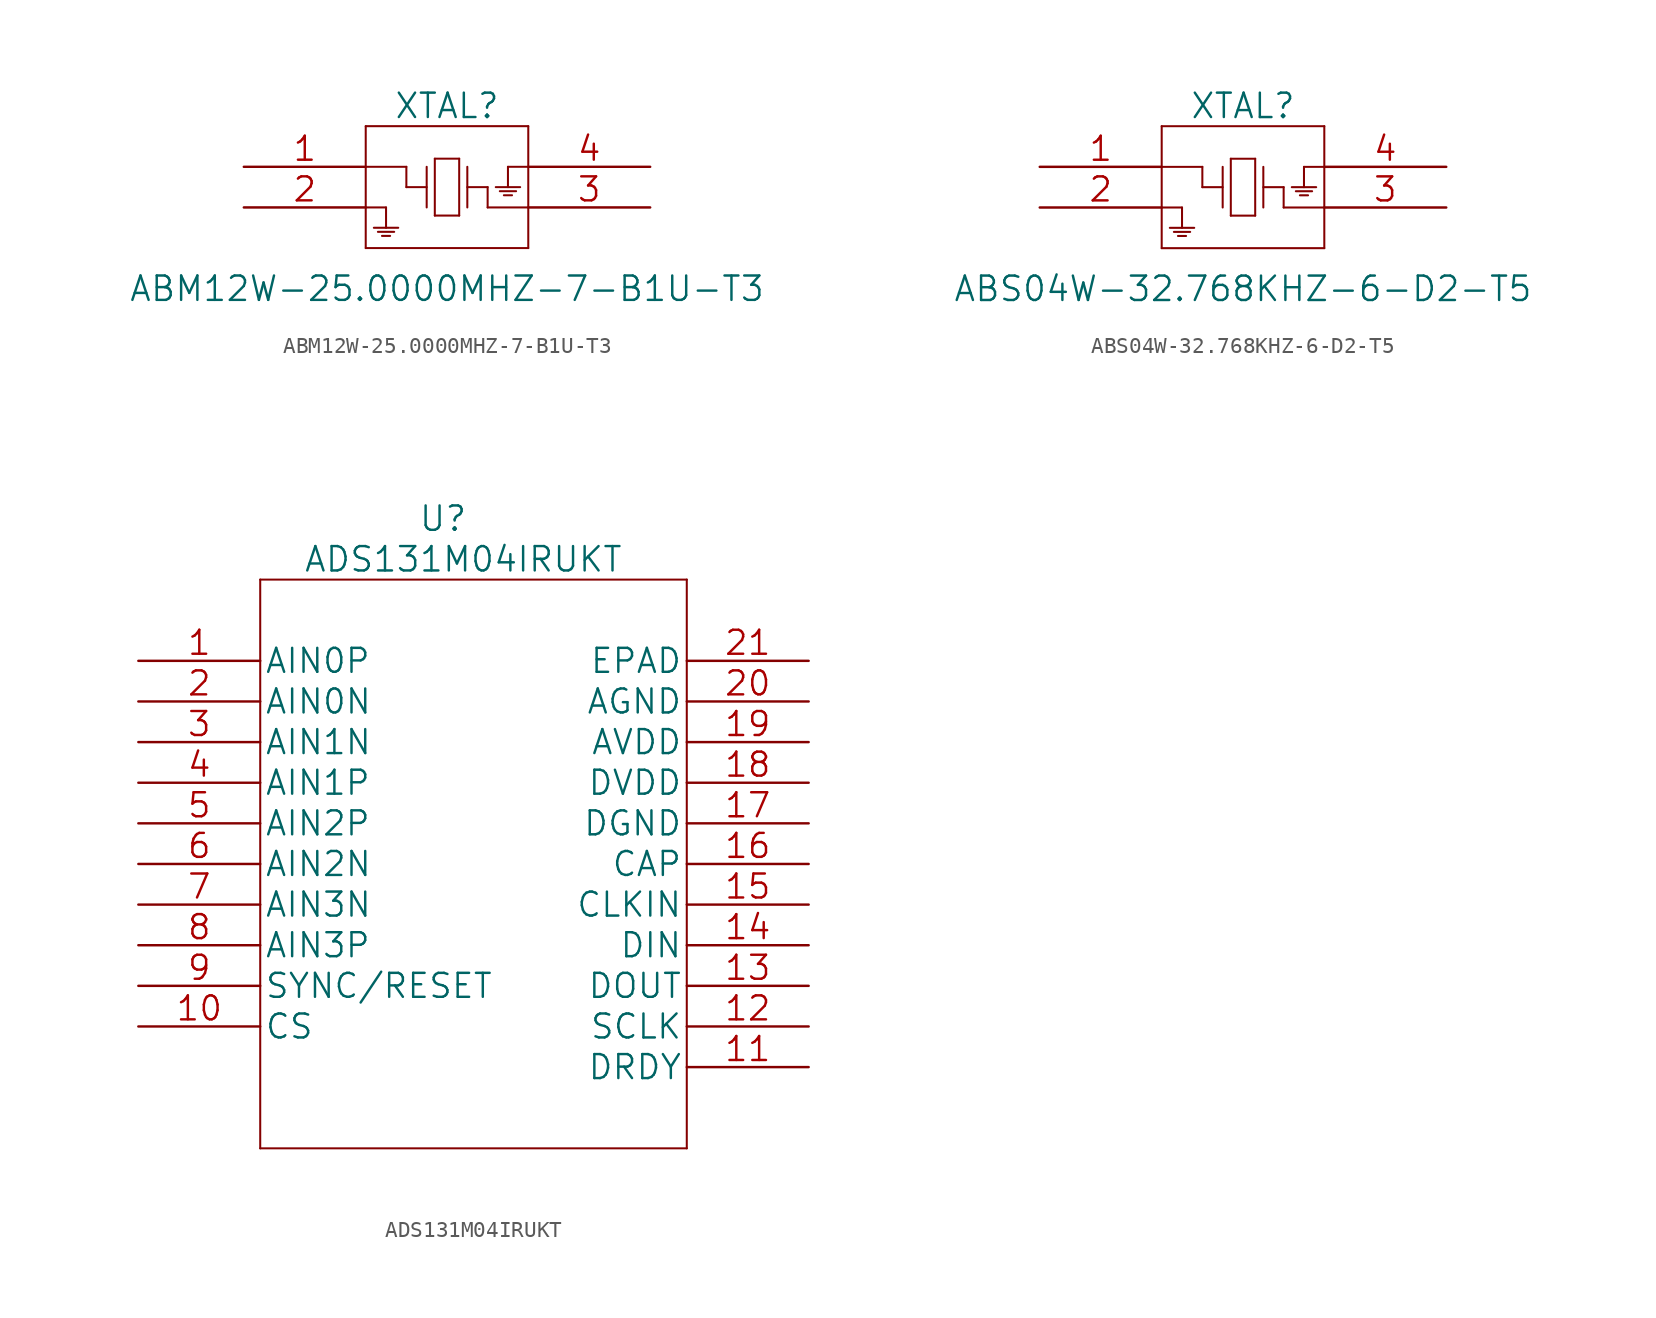
<source format=kicad_sym>
(kicad_symbol_lib
  (version 20211014)
  (generator kicad_symbol_editor)
  (symbol "ABM12W-25.0000MHZ-7-B1U-T3"
    (pin_names
      (offset 0.254) hide)
    (property "Reference" "XTAL"
      (at 12.7 3.81 0)
      (effects (font (size 1.524 1.524))))
    (property "Value" "ABM12W-25.0000MHZ-7-B1U-T3"
      (at 12.7 -7.62 0)
      (effects (font (size 1.524 1.524))))
    (property "Datasheet" ""
      (at 0 0 0)
      (effects (font (size 1.524 1.524))))
    (symbol "ABM12W-25.0000MHZ-7-B1U-T3_1_1"
      (polyline (pts (xy 7.62 -5.08) (xy 17.78 -5.08)) (stroke (width 0.127) (type default) (color 0 0 0 0)) (fill (type none)))
      (polyline (pts (xy 7.62 -2.54) (xy 8.89 -2.54)) (stroke (width 0.127) (type default) (color 0 0 0 0)) (fill (type none)))
      (polyline (pts (xy 7.62 0) (xy 10.16 0)) (stroke (width 0.127) (type default) (color 0 0 0 0)) (fill (type none)))
      (polyline (pts (xy 7.62 2.54) (xy 7.62 -5.08)) (stroke (width 0.127) (type default) (color 0 0 0 0)) (fill (type none)))
      (polyline (pts (xy 8.128 -3.81) (xy 9.652 -3.81)) (stroke (width 0.127) (type default) (color 0 0 0 0)) (fill (type none)))
      (polyline (pts (xy 8.382 -4.064) (xy 9.398 -4.064)) (stroke (width 0.127) (type default) (color 0 0 0 0)) (fill (type none)))
      (polyline (pts (xy 8.636 -4.318) (xy 9.144 -4.318)) (stroke (width 0.127) (type default) (color 0 0 0 0)) (fill (type none)))
      (polyline (pts (xy 8.89 -2.54) (xy 8.89 -3.81)) (stroke (width 0.127) (type default) (color 0 0 0 0)) (fill (type none)))
      (polyline (pts (xy 10.16 -1.27) (xy 11.43 -1.27)) (stroke (width 0.127) (type default) (color 0 0 0 0)) (fill (type none)))
      (polyline (pts (xy 10.16 0) (xy 10.16 -1.27)) (stroke (width 0.127) (type default) (color 0 0 0 0)) (fill (type none)))
      (polyline (pts (xy 11.43 0) (xy 11.43 -2.54)) (stroke (width 0.127) (type default) (color 0 0 0 0)) (fill (type none)))
      (polyline (pts (xy 11.938 -3.048) (xy 13.462 -3.048)) (stroke (width 0.127) (type default) (color 0 0 0 0)) (fill (type none)))
      (polyline (pts (xy 11.938 0.508) (xy 11.938 -3.048)) (stroke (width 0.127) (type default) (color 0 0 0 0)) (fill (type none)))
      (polyline (pts (xy 13.462 -3.048) (xy 13.462 0.508)) (stroke (width 0.127) (type default) (color 0 0 0 0)) (fill (type none)))
      (polyline (pts (xy 13.462 0.508) (xy 11.938 0.508)) (stroke (width 0.127) (type default) (color 0 0 0 0)) (fill (type none)))
      (polyline (pts (xy 13.97 -1.27) (xy 15.24 -1.27)) (stroke (width 0.127) (type default) (color 0 0 0 0)) (fill (type none)))
      (polyline (pts (xy 13.97 0) (xy 13.97 -2.54)) (stroke (width 0.127) (type default) (color 0 0 0 0)) (fill (type none)))
      (polyline (pts (xy 15.24 -2.54) (xy 17.78 -2.54)) (stroke (width 0.127) (type default) (color 0 0 0 0)) (fill (type none)))
      (polyline (pts (xy 15.24 -1.27) (xy 15.24 -2.54)) (stroke (width 0.127) (type default) (color 0 0 0 0)) (fill (type none)))
      (polyline (pts (xy 16.51 0) (xy 16.51 -1.27)) (stroke (width 0.127) (type default) (color 0 0 0 0)) (fill (type none)))
      (polyline (pts (xy 16.764 -1.778) (xy 16.256 -1.778)) (stroke (width 0.127) (type default) (color 0 0 0 0)) (fill (type none)))
      (polyline (pts (xy 17.018 -1.524) (xy 16.002 -1.524)) (stroke (width 0.127) (type default) (color 0 0 0 0)) (fill (type none)))
      (polyline (pts (xy 17.272 -1.27) (xy 15.748 -1.27)) (stroke (width 0.127) (type default) (color 0 0 0 0)) (fill (type none)))
      (polyline (pts (xy 17.78 -5.08) (xy 17.78 2.54)) (stroke (width 0.127) (type default) (color 0 0 0 0)) (fill (type none)))
      (polyline (pts (xy 17.78 0) (xy 16.51 0)) (stroke (width 0.127) (type default) (color 0 0 0 0)) (fill (type none)))
      (polyline (pts (xy 17.78 2.54) (xy 7.62 2.54)) (stroke (width 0.127) (type default) (color 0 0 0 0)) (fill (type none)))
      (pin unspecified line (at 0 0 0) (length 7.62) (name "1" (effects (font (size 1.499 1.499)))) (number "1" (effects (font (size 1.499 1.499)))))
      (pin unspecified line (at 0 -2.54 0) (length 7.62) (name "2" (effects (font (size 1.499 1.499)))) (number "2" (effects (font (size 1.499 1.499)))))
      (pin unspecified line (at 25.4 -2.54 180) (length 7.62) (name "3" (effects (font (size 1.499 1.499)))) (number "3" (effects (font (size 1.499 1.499)))))
      (pin unspecified line (at 25.4 0 180) (length 7.62) (name "4" (effects (font (size 1.499 1.499)))) (number "4" (effects (font (size 1.499 1.499)))))))
  (symbol "ABS04W-32.768KHZ-6-D2-T5"
    (pin_names
      (offset 0.254) hide)
    (property "Reference" "XTAL"
      (at 12.7 3.81 0)
      (effects (font (size 1.524 1.524))))
    (property "Value" "ABS04W-32.768KHZ-6-D2-T5"
      (at 12.7 -7.62 0)
      (effects (font (size 1.524 1.524))))
    (property "Datasheet" ""
      (at 0 0 0)
      (effects (font (size 1.524 1.524))))
    (symbol "ABS04W-32.768KHZ-6-D2-T5_1_1"
      (polyline (pts (xy 7.62 -5.08) (xy 17.78 -5.08)) (stroke (width 0.127) (type default) (color 0 0 0 0)) (fill (type none)))
      (polyline (pts (xy 7.62 -2.54) (xy 8.89 -2.54)) (stroke (width 0.127) (type default) (color 0 0 0 0)) (fill (type none)))
      (polyline (pts (xy 7.62 0) (xy 10.16 0)) (stroke (width 0.127) (type default) (color 0 0 0 0)) (fill (type none)))
      (polyline (pts (xy 7.62 2.54) (xy 7.62 -5.08)) (stroke (width 0.127) (type default) (color 0 0 0 0)) (fill (type none)))
      (polyline (pts (xy 8.128 -3.81) (xy 9.652 -3.81)) (stroke (width 0.127) (type default) (color 0 0 0 0)) (fill (type none)))
      (polyline (pts (xy 8.382 -4.064) (xy 9.398 -4.064)) (stroke (width 0.127) (type default) (color 0 0 0 0)) (fill (type none)))
      (polyline (pts (xy 8.636 -4.318) (xy 9.144 -4.318)) (stroke (width 0.127) (type default) (color 0 0 0 0)) (fill (type none)))
      (polyline (pts (xy 8.89 -2.54) (xy 8.89 -3.81)) (stroke (width 0.127) (type default) (color 0 0 0 0)) (fill (type none)))
      (polyline (pts (xy 10.16 -1.27) (xy 11.43 -1.27)) (stroke (width 0.127) (type default) (color 0 0 0 0)) (fill (type none)))
      (polyline (pts (xy 10.16 0) (xy 10.16 -1.27)) (stroke (width 0.127) (type default) (color 0 0 0 0)) (fill (type none)))
      (polyline (pts (xy 11.43 0) (xy 11.43 -2.54)) (stroke (width 0.127) (type default) (color 0 0 0 0)) (fill (type none)))
      (polyline (pts (xy 11.938 -3.048) (xy 13.462 -3.048)) (stroke (width 0.127) (type default) (color 0 0 0 0)) (fill (type none)))
      (polyline (pts (xy 11.938 0.508) (xy 11.938 -3.048)) (stroke (width 0.127) (type default) (color 0 0 0 0)) (fill (type none)))
      (polyline (pts (xy 13.462 -3.048) (xy 13.462 0.508)) (stroke (width 0.127) (type default) (color 0 0 0 0)) (fill (type none)))
      (polyline (pts (xy 13.462 0.508) (xy 11.938 0.508)) (stroke (width 0.127) (type default) (color 0 0 0 0)) (fill (type none)))
      (polyline (pts (xy 13.97 -1.27) (xy 15.24 -1.27)) (stroke (width 0.127) (type default) (color 0 0 0 0)) (fill (type none)))
      (polyline (pts (xy 13.97 0) (xy 13.97 -2.54)) (stroke (width 0.127) (type default) (color 0 0 0 0)) (fill (type none)))
      (polyline (pts (xy 15.24 -2.54) (xy 17.78 -2.54)) (stroke (width 0.127) (type default) (color 0 0 0 0)) (fill (type none)))
      (polyline (pts (xy 15.24 -1.27) (xy 15.24 -2.54)) (stroke (width 0.127) (type default) (color 0 0 0 0)) (fill (type none)))
      (polyline (pts (xy 16.51 0) (xy 16.51 -1.27)) (stroke (width 0.127) (type default) (color 0 0 0 0)) (fill (type none)))
      (polyline (pts (xy 16.764 -1.778) (xy 16.256 -1.778)) (stroke (width 0.127) (type default) (color 0 0 0 0)) (fill (type none)))
      (polyline (pts (xy 17.018 -1.524) (xy 16.002 -1.524)) (stroke (width 0.127) (type default) (color 0 0 0 0)) (fill (type none)))
      (polyline (pts (xy 17.272 -1.27) (xy 15.748 -1.27)) (stroke (width 0.127) (type default) (color 0 0 0 0)) (fill (type none)))
      (polyline (pts (xy 17.78 -5.08) (xy 17.78 2.54)) (stroke (width 0.127) (type default) (color 0 0 0 0)) (fill (type none)))
      (polyline (pts (xy 17.78 0) (xy 16.51 0)) (stroke (width 0.127) (type default) (color 0 0 0 0)) (fill (type none)))
      (polyline (pts (xy 17.78 2.54) (xy 7.62 2.54)) (stroke (width 0.127) (type default) (color 0 0 0 0)) (fill (type none)))
      (pin unspecified line (at 0 0 0) (length 7.62) (name "1" (effects (font (size 1.499 1.499)))) (number "1" (effects (font (size 1.499 1.499)))))
      (pin unspecified line (at 0 -2.54 0) (length 7.62) (name "2" (effects (font (size 1.499 1.499)))) (number "2" (effects (font (size 1.499 1.499)))))
      (pin unspecified line (at 25.4 -2.54 180) (length 7.62) (name "3" (effects (font (size 1.499 1.499)))) (number "3" (effects (font (size 1.499 1.499)))))
      (pin unspecified line (at 25.4 0 180) (length 7.62) (name "4" (effects (font (size 1.499 1.499)))) (number "4" (effects (font (size 1.499 1.499)))))))
  (symbol "ADS131M04IRUKT"
    (pin_names
      (offset 0.254))
    (property "Reference" "U"
      (at 19.05 8.89 0)
      (effects (font (size 1.524 1.524))))
    (property "Value" "ADS131M04IRUKT"
      (at 20.32 6.35 0)
      (effects (font (size 1.524 1.524))))
    (symbol "ADS131M04IRUKT_1_1"
      (polyline (pts (xy 7.62 -30.48) (xy 34.29 -30.48)) (stroke (width 0.127) (type default) (color 0 0 0 0)) (fill (type none)))
      (polyline (pts (xy 7.62 5.08) (xy 7.62 -30.48)) (stroke (width 0.127) (type default) (color 0 0 0 0)) (fill (type none)))
      (polyline (pts (xy 34.29 -30.48) (xy 34.29 5.08)) (stroke (width 0.127) (type default) (color 0 0 0 0)) (fill (type none)))
      (polyline (pts (xy 34.29 5.08) (xy 7.62 5.08)) (stroke (width 0.127) (type default) (color 0 0 0 0)) (fill (type none)))
      (pin input line (at 0 0 0) (length 7.62) (name "AIN0P" (effects (font (size 1.499 1.499)))) (number "1" (effects (font (size 1.499 1.499)))))
      (pin input line (at 0 -22.86 0) (length 7.62) (name "CS" (effects (font (size 1.499 1.499)))) (number "10" (effects (font (size 1.499 1.499)))))
      (pin output line (at 41.91 -25.4 180) (length 7.62) (name "DRDY" (effects (font (size 1.499 1.499)))) (number "11" (effects (font (size 1.499 1.499)))))
      (pin input line (at 41.91 -22.86 180) (length 7.62) (name "SCLK" (effects (font (size 1.499 1.499)))) (number "12" (effects (font (size 1.499 1.499)))))
      (pin output line (at 41.91 -20.32 180) (length 7.62) (name "DOUT" (effects (font (size 1.499 1.499)))) (number "13" (effects (font (size 1.499 1.499)))))
      (pin input line (at 41.91 -17.78 180) (length 7.62) (name "DIN" (effects (font (size 1.499 1.499)))) (number "14" (effects (font (size 1.499 1.499)))))
      (pin input line (at 41.91 -15.24 180) (length 7.62) (name "CLKIN" (effects (font (size 1.499 1.499)))) (number "15" (effects (font (size 1.499 1.499)))))
      (pin output line (at 41.91 -12.7 180) (length 7.62) (name "CAP" (effects (font (size 1.499 1.499)))) (number "16" (effects (font (size 1.499 1.499)))))
      (pin unspecified line (at 41.91 -10.16 180) (length 7.62) (name "DGND" (effects (font (size 1.499 1.499)))) (number "17" (effects (font (size 1.499 1.499)))))
      (pin unspecified line (at 41.91 -7.62 180) (length 7.62) (name "DVDD" (effects (font (size 1.499 1.499)))) (number "18" (effects (font (size 1.499 1.499)))))
      (pin unspecified line (at 41.91 -5.08 180) (length 7.62) (name "AVDD" (effects (font (size 1.499 1.499)))) (number "19" (effects (font (size 1.499 1.499)))))
      (pin input line (at 0 -2.54 0) (length 7.62) (name "AIN0N" (effects (font (size 1.499 1.499)))) (number "2" (effects (font (size 1.499 1.499)))))
      (pin unspecified line (at 41.91 -2.54 180) (length 7.62) (name "AGND" (effects (font (size 1.499 1.499)))) (number "20" (effects (font (size 1.499 1.499)))))
      (pin unspecified line (at 41.91 0 180) (length 7.62) (name "EPAD" (effects (font (size 1.499 1.499)))) (number "21" (effects (font (size 1.499 1.499)))))
      (pin input line (at 0 -5.08 0) (length 7.62) (name "AIN1N" (effects (font (size 1.499 1.499)))) (number "3" (effects (font (size 1.499 1.499)))))
      (pin input line (at 0 -7.62 0) (length 7.62) (name "AIN1P" (effects (font (size 1.499 1.499)))) (number "4" (effects (font (size 1.499 1.499)))))
      (pin input line (at 0 -10.16 0) (length 7.62) (name "AIN2P" (effects (font (size 1.499 1.499)))) (number "5" (effects (font (size 1.499 1.499)))))
      (pin input line (at 0 -12.7 0) (length 7.62) (name "AIN2N" (effects (font (size 1.499 1.499)))) (number "6" (effects (font (size 1.499 1.499)))))
      (pin input line (at 0 -15.24 0) (length 7.62) (name "AIN3N" (effects (font (size 1.499 1.499)))) (number "7" (effects (font (size 1.499 1.499)))))
      (pin input line (at 0 -17.78 0) (length 7.62) (name "AIN3P" (effects (font (size 1.499 1.499)))) (number "8" (effects (font (size 1.499 1.499)))))
      (pin input line (at 0 -20.32 0) (length 7.62) (name "SYNC/RESET" (effects (font (size 1.499 1.499)))) (number "9" (effects (font (size 1.499 1.499))))))))
</source>
